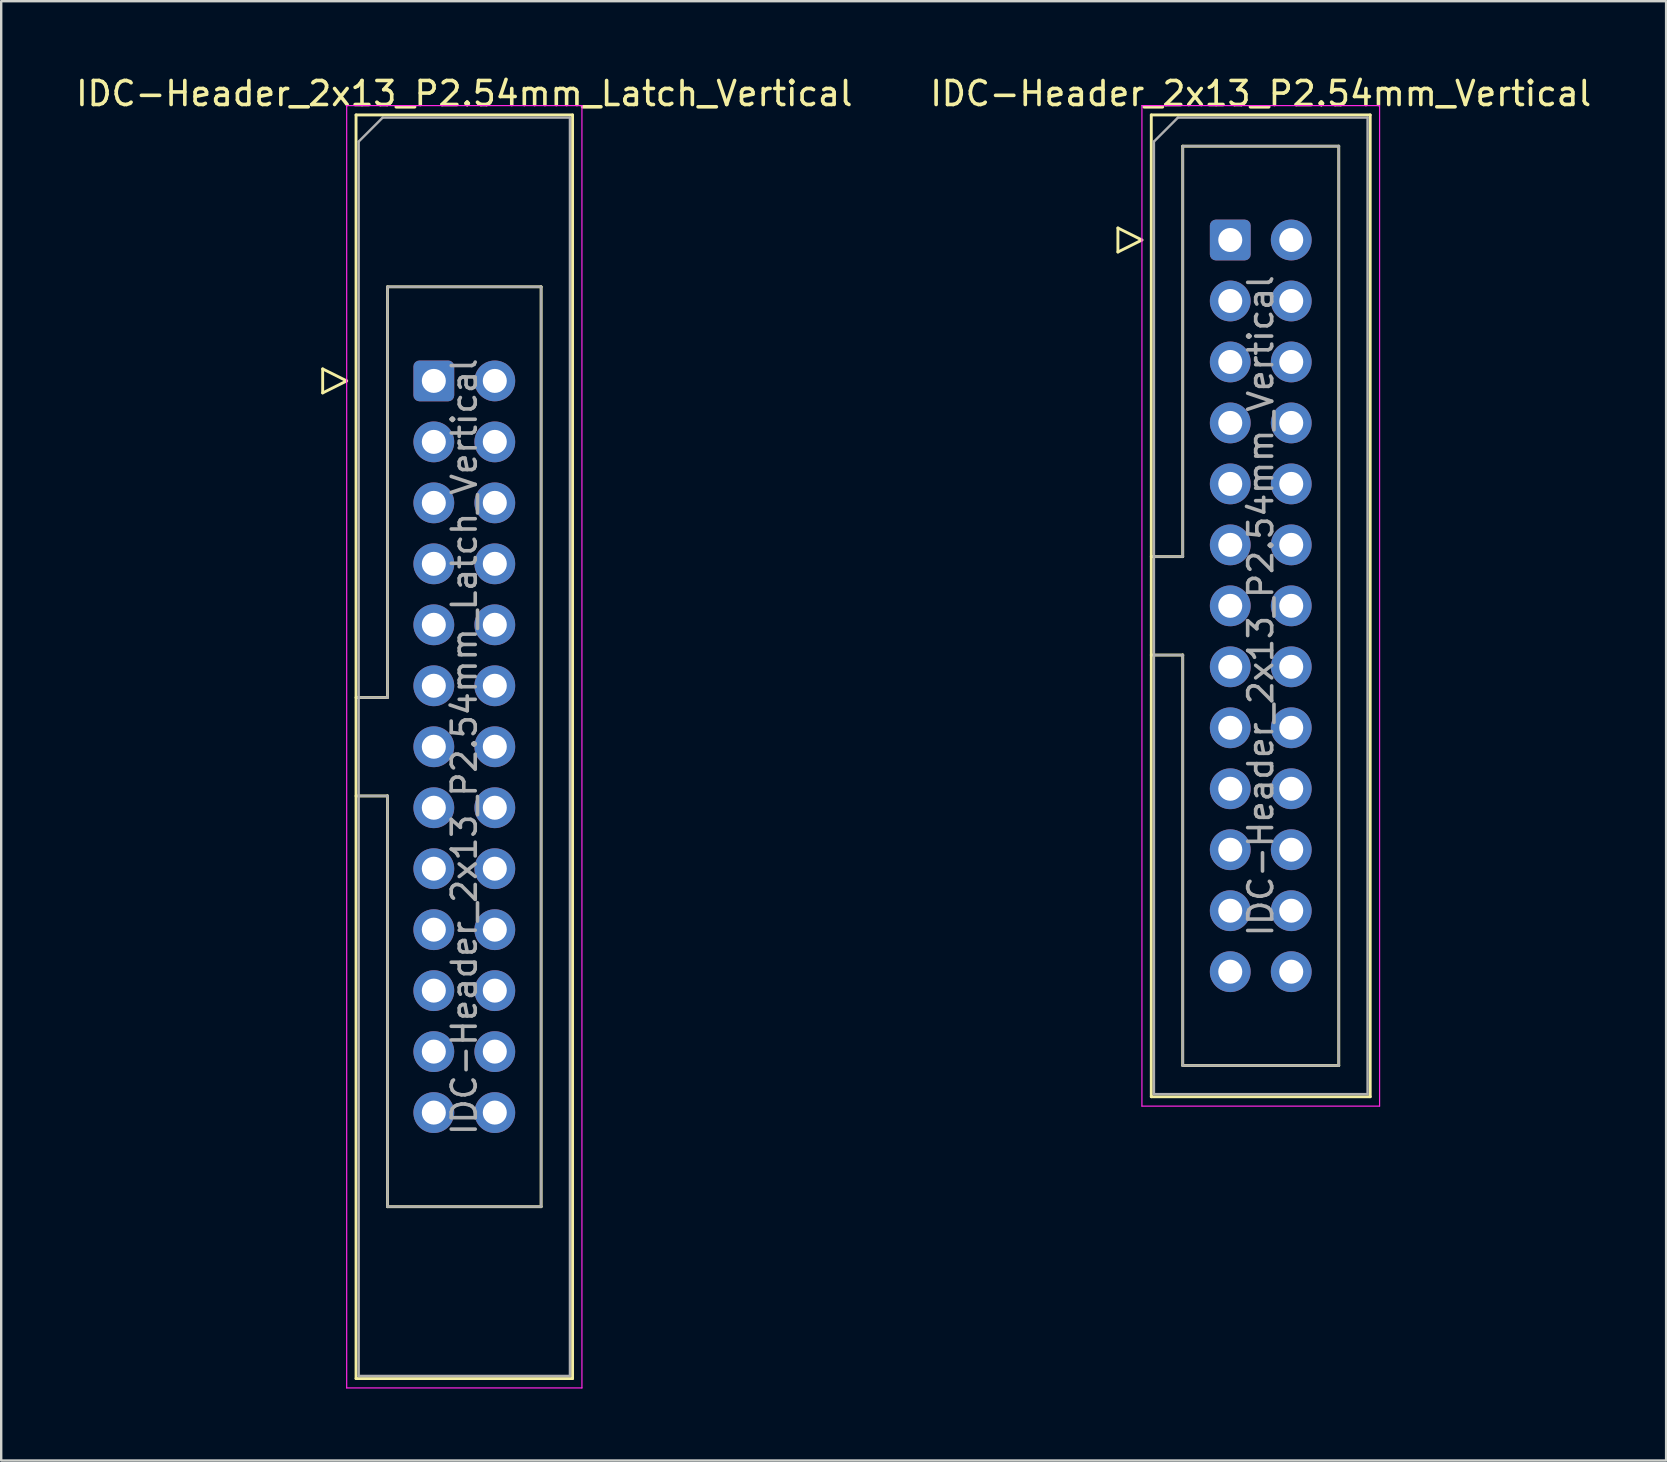
<source format=kicad_pcb>
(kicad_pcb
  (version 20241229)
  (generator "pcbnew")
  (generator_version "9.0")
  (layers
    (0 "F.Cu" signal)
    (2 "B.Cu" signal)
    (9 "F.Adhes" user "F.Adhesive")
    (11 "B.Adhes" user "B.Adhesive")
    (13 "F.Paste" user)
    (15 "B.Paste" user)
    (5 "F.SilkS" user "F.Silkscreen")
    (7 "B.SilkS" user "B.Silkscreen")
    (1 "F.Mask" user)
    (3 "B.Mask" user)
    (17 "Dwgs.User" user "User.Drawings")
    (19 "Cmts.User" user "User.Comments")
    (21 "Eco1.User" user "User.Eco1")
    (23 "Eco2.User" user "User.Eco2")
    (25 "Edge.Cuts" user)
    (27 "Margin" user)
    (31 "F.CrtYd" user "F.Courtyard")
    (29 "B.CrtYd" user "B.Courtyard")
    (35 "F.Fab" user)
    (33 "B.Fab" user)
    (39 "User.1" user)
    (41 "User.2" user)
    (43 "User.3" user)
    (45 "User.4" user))
  (footprint "IDC-Header_2x13_P2.54mm_Latch_Vertical"
    (layer "F.Cu")
    (at 15.022 12.818)
    (property "Reference" "IDC-Header_2x13_P2.54mm_Latch_Vertical" (at 1.27 -11.97 0) (layer "F.SilkS") (effects (font (size 1 1) (thickness 0.15))))
    (attr through_hole)
    (fp_line (start -4.63 -0.5) (end -4.63 0.5) (stroke (width 0.12) (type solid)) (layer "F.SilkS"))
    (fp_line (start -4.63 0.5) (end -3.63 0) (stroke (width 0.12) (type solid)) (layer "F.SilkS"))
    (fp_line (start -3.63 0) (end -4.63 -0.5) (stroke (width 0.12) (type solid)) (layer "F.SilkS"))
    (fp_line (start -3.24 -11.08) (end 5.78 -11.08) (stroke (width 0.12) (type solid)) (layer "F.SilkS"))
    (fp_line (start -3.24 13.19) (end -1.93 13.19) (stroke (width 0.12) (type solid)) (layer "F.SilkS"))
    (fp_line (start -3.24 41.56) (end -3.24 -11.08) (stroke (width 0.12) (type solid)) (layer "F.SilkS"))
    (fp_line (start -1.93 -3.92) (end 4.47 -3.92) (stroke (width 0.12) (type solid)) (layer "F.SilkS"))
    (fp_line (start -1.93 13.19) (end -1.93 -3.92) (stroke (width 0.12) (type solid)) (layer "F.SilkS"))
    (fp_line (start -1.93 17.29) (end -3.24 17.29) (stroke (width 0.12) (type solid)) (layer "F.SilkS"))
    (fp_line (start -1.93 17.29) (end -1.93 17.29) (stroke (width 0.12) (type solid)) (layer "F.SilkS"))
    (fp_line (start -1.93 34.4) (end -1.93 17.29) (stroke (width 0.12) (type solid)) (layer "F.SilkS"))
    (fp_line (start 4.47 -3.92) (end 4.47 34.4) (stroke (width 0.12) (type solid)) (layer "F.SilkS"))
    (fp_line (start 4.47 34.4) (end -1.93 34.4) (stroke (width 0.12) (type solid)) (layer "F.SilkS"))
    (fp_line (start 5.78 -11.08) (end 5.78 41.56) (stroke (width 0.12) (type solid)) (layer "F.SilkS"))
    (fp_line (start 5.78 41.56) (end -3.24 41.56) (stroke (width 0.12) (type solid)) (layer "F.SilkS"))
    (fp_line (start -3.63 -11.47) (end -3.63 41.95) (stroke (width 0.05) (type solid)) (layer "F.CrtYd"))
    (fp_line (start -3.63 41.95) (end 6.17 41.95) (stroke (width 0.05) (type solid)) (layer "F.CrtYd"))
    (fp_line (start 6.17 -11.47) (end -3.63 -11.47) (stroke (width 0.05) (type solid)) (layer "F.CrtYd"))
    (fp_line (start 6.17 41.95) (end 6.17 -11.47) (stroke (width 0.05) (type solid)) (layer "F.CrtYd"))
    (fp_line (start -3.13 -9.97) (end -2.13 -10.97) (stroke (width 0.1) (type solid)) (layer "F.Fab"))
    (fp_line (start -3.13 13.19) (end -1.93 13.19) (stroke (width 0.1) (type solid)) (layer "F.Fab"))
    (fp_line (start -3.13 41.45) (end -3.13 -9.97) (stroke (width 0.1) (type solid)) (layer "F.Fab"))
    (fp_line (start -2.13 -10.97) (end 5.67 -10.97) (stroke (width 0.1) (type solid)) (layer "F.Fab"))
    (fp_line (start -1.93 -3.92) (end 4.47 -3.92) (stroke (width 0.1) (type solid)) (layer "F.Fab"))
    (fp_line (start -1.93 13.19) (end -1.93 -3.92) (stroke (width 0.1) (type solid)) (layer "F.Fab"))
    (fp_line (start -1.93 17.29) (end -3.13 17.29) (stroke (width 0.1) (type solid)) (layer "F.Fab"))
    (fp_line (start -1.93 17.29) (end -1.93 17.29) (stroke (width 0.1) (type solid)) (layer "F.Fab"))
    (fp_line (start -1.93 34.4) (end -1.93 17.29) (stroke (width 0.1) (type solid)) (layer "F.Fab"))
    (fp_line (start 4.47 -3.92) (end 4.47 34.4) (stroke (width 0.1) (type solid)) (layer "F.Fab"))
    (fp_line (start 4.47 34.4) (end -1.93 34.4) (stroke (width 0.1) (type solid)) (layer "F.Fab"))
    (fp_line (start 5.67 -10.97) (end 5.67 41.45) (stroke (width 0.1) (type solid)) (layer "F.Fab"))
    (fp_line (start 5.67 41.45) (end -3.13 41.45) (stroke (width 0.1) (type solid)) (layer "F.Fab"))
    (fp_text user "${REFERENCE}" (at 1.27 15.24 90) (layer "F.Fab") (effects (font (size 1 1) (thickness 0.15))))
    (pad "1" thru_hole roundrect (at 0 0) (size 1.7 1.7) (drill 1) (layers "*.Cu" "*.Mask") (roundrect_rratio 0.147))
    (pad "2" thru_hole circle (at 2.54 0) (size 1.7 1.7) (drill 1) (layers "*.Cu" "*.Mask"))
    (pad "3" thru_hole circle (at 0 2.54) (size 1.7 1.7) (drill 1) (layers "*.Cu" "*.Mask"))
    (pad "4" thru_hole circle (at 2.54 2.54) (size 1.7 1.7) (drill 1) (layers "*.Cu" "*.Mask"))
    (pad "5" thru_hole circle (at 0 5.08) (size 1.7 1.7) (drill 1) (layers "*.Cu" "*.Mask"))
    (pad "6" thru_hole circle (at 2.54 5.08) (size 1.7 1.7) (drill 1) (layers "*.Cu" "*.Mask"))
    (pad "7" thru_hole circle (at 0 7.62) (size 1.7 1.7) (drill 1) (layers "*.Cu" "*.Mask"))
    (pad "8" thru_hole circle (at 2.54 7.62) (size 1.7 1.7) (drill 1) (layers "*.Cu" "*.Mask"))
    (pad "9" thru_hole circle (at 0 10.16) (size 1.7 1.7) (drill 1) (layers "*.Cu" "*.Mask"))
    (pad "10" thru_hole circle (at 2.54 10.16) (size 1.7 1.7) (drill 1) (layers "*.Cu" "*.Mask"))
    (pad "11" thru_hole circle (at 0 12.7) (size 1.7 1.7) (drill 1) (layers "*.Cu" "*.Mask"))
    (pad "12" thru_hole circle (at 2.54 12.7) (size 1.7 1.7) (drill 1) (layers "*.Cu" "*.Mask"))
    (pad "13" thru_hole circle (at 0 15.24) (size 1.7 1.7) (drill 1) (layers "*.Cu" "*.Mask"))
    (pad "14" thru_hole circle (at 2.54 15.24) (size 1.7 1.7) (drill 1) (layers "*.Cu" "*.Mask"))
    (pad "15" thru_hole circle (at 0 17.78) (size 1.7 1.7) (drill 1) (layers "*.Cu" "*.Mask"))
    (pad "16" thru_hole circle (at 2.54 17.78) (size 1.7 1.7) (drill 1) (layers "*.Cu" "*.Mask"))
    (pad "17" thru_hole circle (at 0 20.32) (size 1.7 1.7) (drill 1) (layers "*.Cu" "*.Mask"))
    (pad "18" thru_hole circle (at 2.54 20.32) (size 1.7 1.7) (drill 1) (layers "*.Cu" "*.Mask"))
    (pad "19" thru_hole circle (at 0 22.86) (size 1.7 1.7) (drill 1) (layers "*.Cu" "*.Mask"))
    (pad "20" thru_hole circle (at 2.54 22.86) (size 1.7 1.7) (drill 1) (layers "*.Cu" "*.Mask"))
    (pad "21" thru_hole circle (at 0 25.4) (size 1.7 1.7) (drill 1) (layers "*.Cu" "*.Mask"))
    (pad "22" thru_hole circle (at 2.54 25.4) (size 1.7 1.7) (drill 1) (layers "*.Cu" "*.Mask"))
    (pad "23" thru_hole circle (at 0 27.94) (size 1.7 1.7) (drill 1) (layers "*.Cu" "*.Mask"))
    (pad "24" thru_hole circle (at 2.54 27.94) (size 1.7 1.7) (drill 1) (layers "*.Cu" "*.Mask"))
    (pad "25" thru_hole circle (at 0 30.48) (size 1.7 1.7) (drill 1) (layers "*.Cu" "*.Mask"))
    (pad "26" thru_hole circle (at 2.54 30.48) (size 1.7 1.7) (drill 1) (layers "*.Cu" "*.Mask")))
  (footprint "IDC-Header_2x13_P2.54mm_Vertical"
    (layer "F.Cu")
    (at 48.2 6.948)
    (property "Reference" "IDC-Header_2x13_P2.54mm_Vertical" (at 1.27 -6.1 0) (layer "F.SilkS") (effects (font (size 1 1) (thickness 0.15))))
    (attr through_hole)
    (fp_line (start -4.68 -0.5) (end -4.68 0.5) (stroke (width 0.12) (type solid)) (layer "F.SilkS"))
    (fp_line (start -4.68 0.5) (end -3.68 0) (stroke (width 0.12) (type solid)) (layer "F.SilkS"))
    (fp_line (start -3.68 0) (end -4.68 -0.5) (stroke (width 0.12) (type solid)) (layer "F.SilkS"))
    (fp_line (start -3.29 -5.21) (end 5.83 -5.21) (stroke (width 0.12) (type solid)) (layer "F.SilkS"))
    (fp_line (start -3.29 13.19) (end -1.98 13.19) (stroke (width 0.12) (type solid)) (layer "F.SilkS"))
    (fp_line (start -3.29 35.69) (end -3.29 -5.21) (stroke (width 0.12) (type solid)) (layer "F.SilkS"))
    (fp_line (start -1.98 -3.91) (end 4.52 -3.91) (stroke (width 0.12) (type solid)) (layer "F.SilkS"))
    (fp_line (start -1.98 13.19) (end -1.98 -3.91) (stroke (width 0.12) (type solid)) (layer "F.SilkS"))
    (fp_line (start -1.98 17.29) (end -3.29 17.29) (stroke (width 0.12) (type solid)) (layer "F.SilkS"))
    (fp_line (start -1.98 17.29) (end -1.98 17.29) (stroke (width 0.12) (type solid)) (layer "F.SilkS"))
    (fp_line (start -1.98 34.39) (end -1.98 17.29) (stroke (width 0.12) (type solid)) (layer "F.SilkS"))
    (fp_line (start 4.52 -3.91) (end 4.52 34.39) (stroke (width 0.12) (type solid)) (layer "F.SilkS"))
    (fp_line (start 4.52 34.39) (end -1.98 34.39) (stroke (width 0.12) (type solid)) (layer "F.SilkS"))
    (fp_line (start 5.83 -5.21) (end 5.83 35.69) (stroke (width 0.12) (type solid)) (layer "F.SilkS"))
    (fp_line (start 5.83 35.69) (end -3.29 35.69) (stroke (width 0.12) (type solid)) (layer "F.SilkS"))
    (fp_line (start -3.68 -5.6) (end -3.68 36.08) (stroke (width 0.05) (type solid)) (layer "F.CrtYd"))
    (fp_line (start -3.68 36.08) (end 6.22 36.08) (stroke (width 0.05) (type solid)) (layer "F.CrtYd"))
    (fp_line (start 6.22 -5.6) (end -3.68 -5.6) (stroke (width 0.05) (type solid)) (layer "F.CrtYd"))
    (fp_line (start 6.22 36.08) (end 6.22 -5.6) (stroke (width 0.05) (type solid)) (layer "F.CrtYd"))
    (fp_line (start -3.18 -4.1) (end -2.18 -5.1) (stroke (width 0.1) (type solid)) (layer "F.Fab"))
    (fp_line (start -3.18 13.19) (end -1.98 13.19) (stroke (width 0.1) (type solid)) (layer "F.Fab"))
    (fp_line (start -3.18 35.58) (end -3.18 -4.1) (stroke (width 0.1) (type solid)) (layer "F.Fab"))
    (fp_line (start -2.18 -5.1) (end 5.72 -5.1) (stroke (width 0.1) (type solid)) (layer "F.Fab"))
    (fp_line (start -1.98 -3.91) (end 4.52 -3.91) (stroke (width 0.1) (type solid)) (layer "F.Fab"))
    (fp_line (start -1.98 13.19) (end -1.98 -3.91) (stroke (width 0.1) (type solid)) (layer "F.Fab"))
    (fp_line (start -1.98 17.29) (end -3.18 17.29) (stroke (width 0.1) (type solid)) (layer "F.Fab"))
    (fp_line (start -1.98 17.29) (end -1.98 17.29) (stroke (width 0.1) (type solid)) (layer "F.Fab"))
    (fp_line (start -1.98 34.39) (end -1.98 17.29) (stroke (width 0.1) (type solid)) (layer "F.Fab"))
    (fp_line (start 4.52 -3.91) (end 4.52 34.39) (stroke (width 0.1) (type solid)) (layer "F.Fab"))
    (fp_line (start 4.52 34.39) (end -1.98 34.39) (stroke (width 0.1) (type solid)) (layer "F.Fab"))
    (fp_line (start 5.72 -5.1) (end 5.72 35.58) (stroke (width 0.1) (type solid)) (layer "F.Fab"))
    (fp_line (start 5.72 35.58) (end -3.18 35.58) (stroke (width 0.1) (type solid)) (layer "F.Fab"))
    (fp_text user "${REFERENCE}" (at 1.27 15.24 90) (layer "F.Fab") (effects (font (size 1 1) (thickness 0.15))))
    (pad "1" thru_hole roundrect (at 0 0) (size 1.7 1.7) (drill 1) (layers "*.Cu" "*.Mask") (roundrect_rratio 0.147))
    (pad "2" thru_hole circle (at 2.54 0) (size 1.7 1.7) (drill 1) (layers "*.Cu" "*.Mask"))
    (pad "3" thru_hole circle (at 0 2.54) (size 1.7 1.7) (drill 1) (layers "*.Cu" "*.Mask"))
    (pad "4" thru_hole circle (at 2.54 2.54) (size 1.7 1.7) (drill 1) (layers "*.Cu" "*.Mask"))
    (pad "5" thru_hole circle (at 0 5.08) (size 1.7 1.7) (drill 1) (layers "*.Cu" "*.Mask"))
    (pad "6" thru_hole circle (at 2.54 5.08) (size 1.7 1.7) (drill 1) (layers "*.Cu" "*.Mask"))
    (pad "7" thru_hole circle (at 0 7.62) (size 1.7 1.7) (drill 1) (layers "*.Cu" "*.Mask"))
    (pad "8" thru_hole circle (at 2.54 7.62) (size 1.7 1.7) (drill 1) (layers "*.Cu" "*.Mask"))
    (pad "9" thru_hole circle (at 0 10.16) (size 1.7 1.7) (drill 1) (layers "*.Cu" "*.Mask"))
    (pad "10" thru_hole circle (at 2.54 10.16) (size 1.7 1.7) (drill 1) (layers "*.Cu" "*.Mask"))
    (pad "11" thru_hole circle (at 0 12.7) (size 1.7 1.7) (drill 1) (layers "*.Cu" "*.Mask"))
    (pad "12" thru_hole circle (at 2.54 12.7) (size 1.7 1.7) (drill 1) (layers "*.Cu" "*.Mask"))
    (pad "13" thru_hole circle (at 0 15.24) (size 1.7 1.7) (drill 1) (layers "*.Cu" "*.Mask"))
    (pad "14" thru_hole circle (at 2.54 15.24) (size 1.7 1.7) (drill 1) (layers "*.Cu" "*.Mask"))
    (pad "15" thru_hole circle (at 0 17.78) (size 1.7 1.7) (drill 1) (layers "*.Cu" "*.Mask"))
    (pad "16" thru_hole circle (at 2.54 17.78) (size 1.7 1.7) (drill 1) (layers "*.Cu" "*.Mask"))
    (pad "17" thru_hole circle (at 0 20.32) (size 1.7 1.7) (drill 1) (layers "*.Cu" "*.Mask"))
    (pad "18" thru_hole circle (at 2.54 20.32) (size 1.7 1.7) (drill 1) (layers "*.Cu" "*.Mask"))
    (pad "19" thru_hole circle (at 0 22.86) (size 1.7 1.7) (drill 1) (layers "*.Cu" "*.Mask"))
    (pad "20" thru_hole circle (at 2.54 22.86) (size 1.7 1.7) (drill 1) (layers "*.Cu" "*.Mask"))
    (pad "21" thru_hole circle (at 0 25.4) (size 1.7 1.7) (drill 1) (layers "*.Cu" "*.Mask"))
    (pad "22" thru_hole circle (at 2.54 25.4) (size 1.7 1.7) (drill 1) (layers "*.Cu" "*.Mask"))
    (pad "23" thru_hole circle (at 0 27.94) (size 1.7 1.7) (drill 1) (layers "*.Cu" "*.Mask"))
    (pad "24" thru_hole circle (at 2.54 27.94) (size 1.7 1.7) (drill 1) (layers "*.Cu" "*.Mask"))
    (pad "25" thru_hole circle (at 0 30.48) (size 1.7 1.7) (drill 1) (layers "*.Cu" "*.Mask"))
    (pad "26" thru_hole circle (at 2.54 30.48) (size 1.7 1.7) (drill 1) (layers "*.Cu" "*.Mask")))
  (gr_rect
    (start -3 -3)
    (end 66.357 57.793)
    (stroke (width 0.1) (type default))
    (fill no)
    (layer "Edge.Cuts")))
</source>
